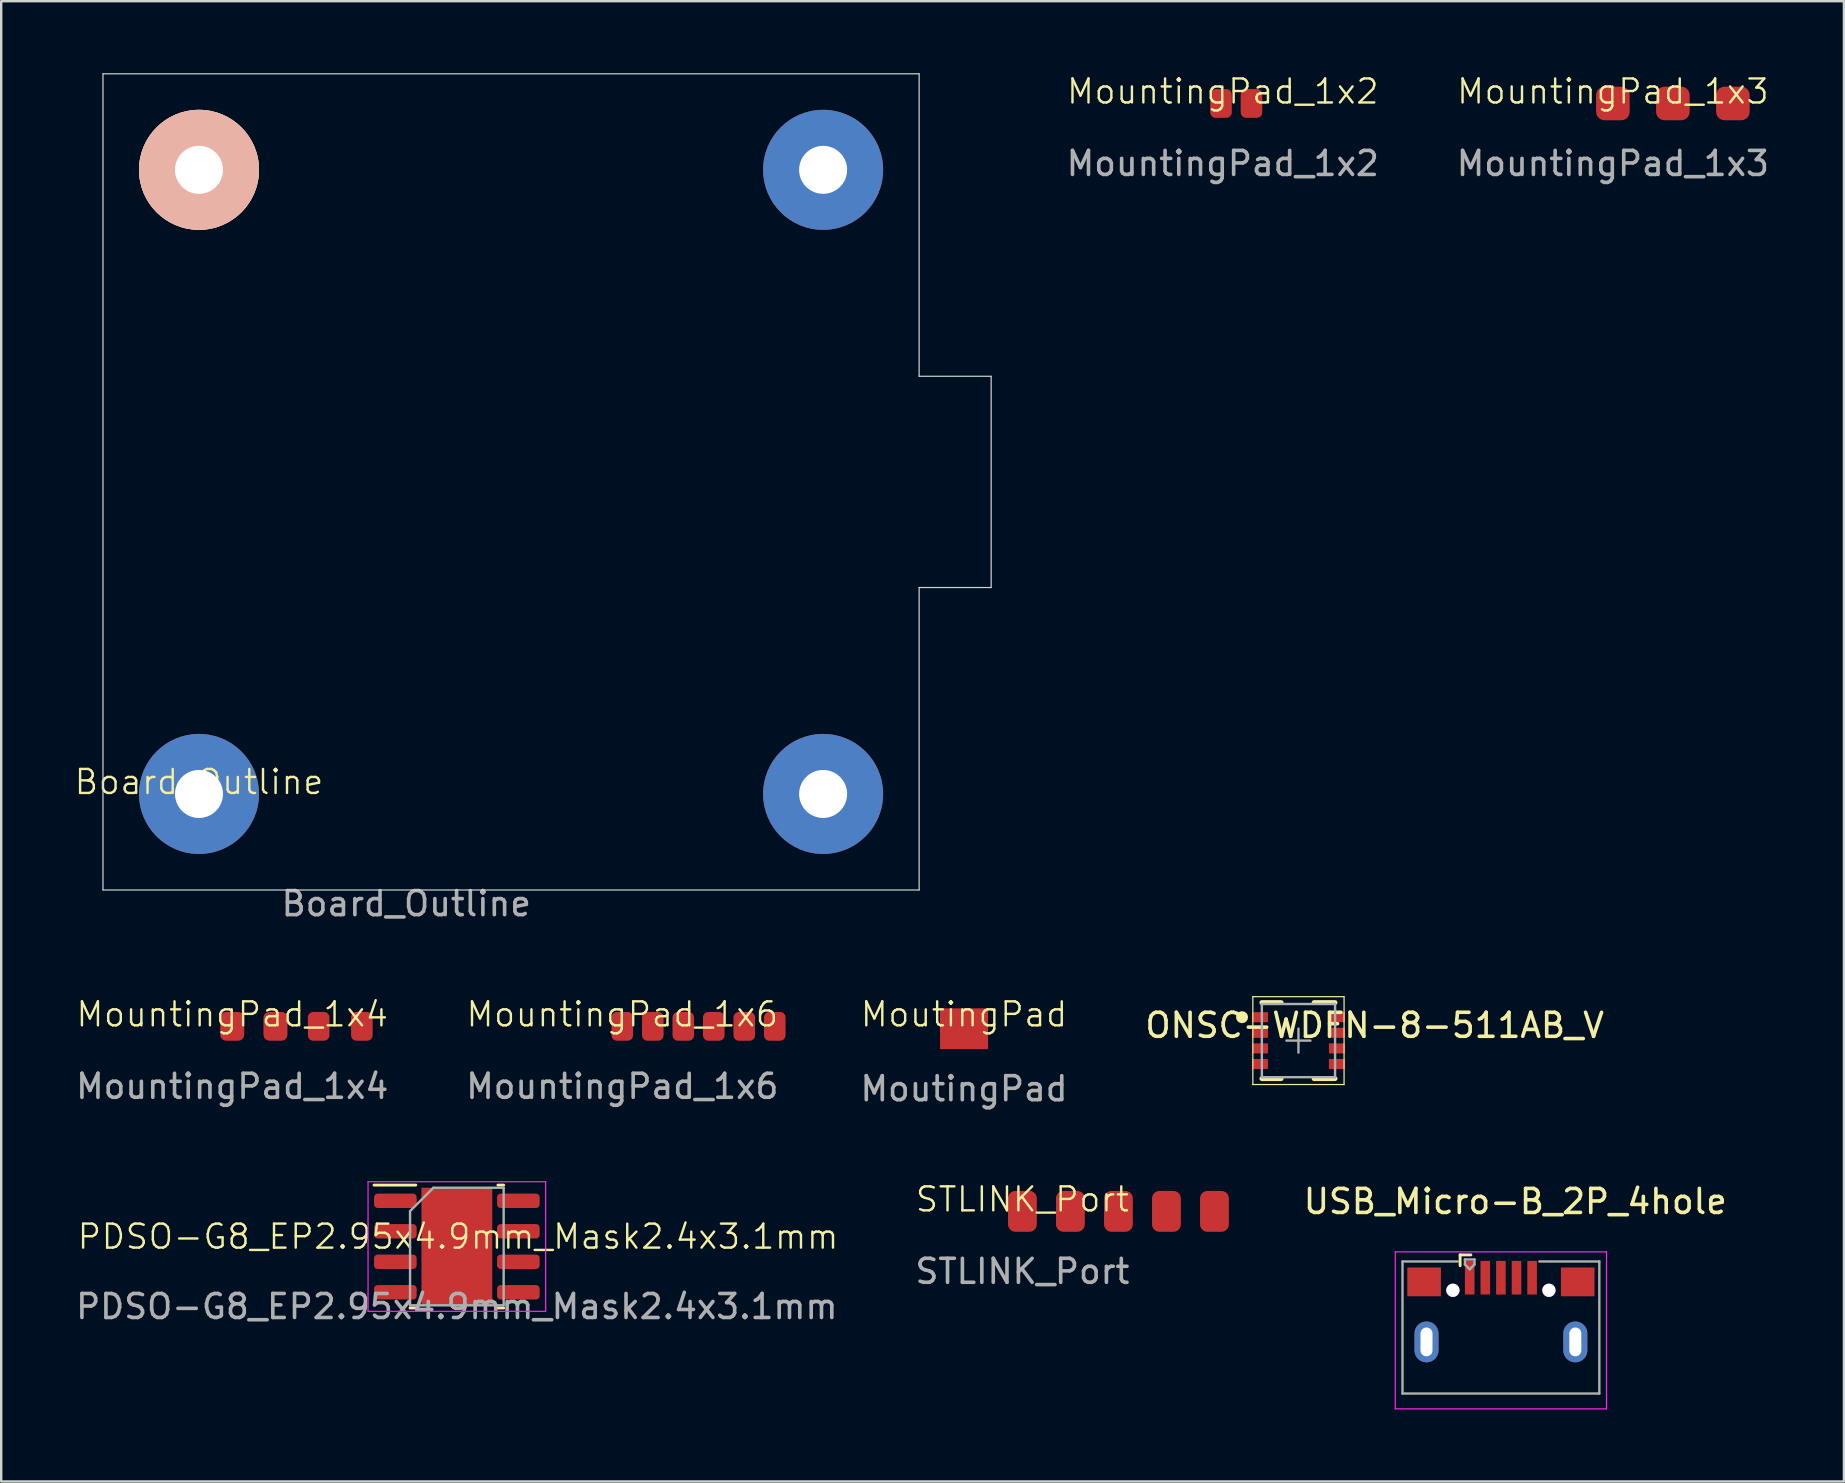
<source format=kicad_pcb>
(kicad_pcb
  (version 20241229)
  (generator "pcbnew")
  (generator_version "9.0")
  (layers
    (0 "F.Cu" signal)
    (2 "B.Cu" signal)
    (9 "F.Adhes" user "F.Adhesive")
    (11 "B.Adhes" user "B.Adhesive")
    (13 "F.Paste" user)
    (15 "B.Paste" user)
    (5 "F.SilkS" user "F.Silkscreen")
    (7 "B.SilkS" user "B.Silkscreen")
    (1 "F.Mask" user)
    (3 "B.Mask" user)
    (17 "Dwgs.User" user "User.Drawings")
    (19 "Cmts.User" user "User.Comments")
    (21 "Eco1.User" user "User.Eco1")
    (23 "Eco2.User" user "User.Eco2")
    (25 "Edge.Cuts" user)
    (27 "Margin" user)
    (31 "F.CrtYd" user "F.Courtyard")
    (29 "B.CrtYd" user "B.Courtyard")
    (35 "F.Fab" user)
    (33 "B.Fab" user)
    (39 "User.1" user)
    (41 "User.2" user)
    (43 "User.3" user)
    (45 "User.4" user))
  (footprint "STLINK_Port"
    (layer "F.Cu")
    (at 39.542 47.414)
    (property "Reference" "STLINK_Port" (at 0 -0.5 0) (unlocked yes) (layer "F.SilkS") (effects (font (size 1 1) (thickness 0.1))))
    (attr through_hole)
    (fp_text user "${REFERENCE}" (at 0 2.5 0) (unlocked yes) (layer "F.Fab") (effects (font (size 1 1) (thickness 0.15))))
    (pad "1" smd roundrect (at 0 0 90) (size 1.7 1.2) (layers "F.Cu" "F.Mask" "F.Paste") (roundrect_rratio 0.25))
    (pad "2" smd roundrect (at 2 0 90) (size 1.7 1.2) (layers "F.Cu" "F.Mask" "F.Paste") (roundrect_rratio 0.25))
    (pad "3" smd roundrect (at 4 0 90) (size 1.7 1.2) (layers "F.Cu" "F.Mask" "F.Paste") (roundrect_rratio 0.25))
    (pad "4" smd roundrect (at 6 0 90) (size 1.7 1.2) (layers "F.Cu" "F.Mask" "F.Paste") (roundrect_rratio 0.25))
    (pad "5" smd roundrect (at 8 0 90) (size 1.7 1.2) (layers "F.Cu" "F.Mask" "F.Paste") (roundrect_rratio 0.25)))
  (footprint "USB_Micro-B_2P_4hole"
    (layer "F.Cu")
    (at 59.476 55.002)
    (property "Reference" "USB_Micro-B_2P_4hole" (at 0.6 -8 0) (layer "F.SilkS") (effects (font (size 1 1) (thickness 0.15))))
    (attr smd)
    (fp_line (start -1.7 -5.775) (end -1.7 -5.325) (stroke (width 0.12) (type solid)) (layer "F.SilkS"))
    (fp_line (start -1.7 -5.775) (end -1.25 -5.775) (stroke (width 0.12) (type solid)) (layer "F.SilkS"))
    (fp_line (start -4.4 -5.9) (end 4.4 -5.9) (stroke (width 0.05) (type solid)) (layer "F.CrtYd"))
    (fp_line (start -4.4 0.64) (end -4.4 -5.9) (stroke (width 0.05) (type solid)) (layer "F.CrtYd"))
    (fp_line (start -4.4 0.64) (end 4.4 0.64) (stroke (width 0.05) (type solid)) (layer "F.CrtYd"))
    (fp_line (start 4.4 -5.9) (end 4.4 0.64) (stroke (width 0.05) (type solid)) (layer "F.CrtYd"))
    (fp_line (start -4.1 -5.5) (end -1.8 -5.5) (stroke (width 0.1) (type solid)) (layer "F.Fab"))
    (fp_line (start -4.1 0) (end -4.1 -5.5) (stroke (width 0.1) (type solid)) (layer "F.Fab"))
    (fp_line (start -4.1 0) (end 4.1 0) (stroke (width 0.1) (type solid)) (layer "F.Fab"))
    (fp_line (start -1.5 -5.585) (end -1.5 -5.375) (stroke (width 0.1) (type solid)) (layer "F.Fab"))
    (fp_line (start -1.5 -5.585) (end -1.1 -5.585) (stroke (width 0.1) (type solid)) (layer "F.Fab"))
    (fp_line (start -1.3 -5.175) (end -1.5 -5.375) (stroke (width 0.1) (type solid)) (layer "F.Fab"))
    (fp_line (start -1.1 -5.585) (end -1.1 -5.375) (stroke (width 0.1) (type solid)) (layer "F.Fab"))
    (fp_line (start -1.1 -5.375) (end -1.3 -5.175) (stroke (width 0.1) (type solid)) (layer "F.Fab"))
    (fp_line (start 1.6 -5.5) (end 4.1 -5.5) (stroke (width 0.1) (type solid)) (layer "F.Fab"))
    (fp_line (start 4.1 0) (end 4.1 -5.5) (stroke (width 0.1) (type solid)) (layer "F.Fab"))
    (pad "" thru_hole circle (at -2 -4.3) (size 0.55 0.55) (drill 0.55) (layers "*.Cu" "*.Mask"))
    (pad "" thru_hole circle (at 2 -4.3) (size 0.55 0.55) (drill 0.55) (layers "*.Cu" "*.Mask"))
    (pad "1" smd rect (at -1.3 -4.825) (size 0.4 1.4) (layers "F.Cu" "F.Mask" "F.Paste"))
    (pad "2" smd rect (at -0.65 -4.825) (size 0.4 1.4) (layers "F.Cu" "F.Mask" "F.Paste"))
    (pad "3" smd rect (at 0 -4.825) (size 0.4 1.4) (layers "F.Cu" "F.Mask" "F.Paste"))
    (pad "4" smd rect (at 0.65 -4.825) (size 0.4 1.4) (layers "F.Cu" "F.Mask" "F.Paste"))
    (pad "5" smd rect (at 1.3 -4.825) (size 0.4 1.4) (layers "F.Cu" "F.Mask" "F.Paste"))
    (pad "6" smd rect (at -3.2 -4.65) (size 1.4 1.2) (layers "F.Cu" "F.Mask"))
    (pad "6" thru_hole oval (at -3.1 -2.15 180) (size 1 1.7) (drill oval 0.5 1.2) (layers "*.Cu" "*.Mask"))
    (pad "6" thru_hole oval (at 3.1 -2.15 180) (size 1 1.7) (drill oval 0.5 1.2) (layers "*.Cu" "*.Mask"))
    (pad "6" smd rect (at 3.2 -4.65) (size 1.4 1.2) (layers "F.Cu" "F.Mask")))
  (footprint "MountingPad_1x2"
    (layer "F.Cu")
    (at 47.89 1.26)
    (property "Reference" "MountingPad_1x2" (at 0 -0.5 0) (unlocked yes) (layer "F.SilkS") (effects (font (size 1 1) (thickness 0.1))))
    (attr smd)
    (fp_text user "${REFERENCE}" (at 0 2.5 0) (unlocked yes) (layer "F.Fab") (effects (font (size 1 1) (thickness 0.15))))
    (pad "1" smd roundrect (at -0.075 0 90) (size 1.2 0.9) (layers "F.Cu" "F.Mask" "F.Paste") (roundrect_rratio 0.25))
    (pad "2" smd roundrect (at 1.195 0 90) (size 1.2 0.9) (layers "F.Cu" "F.Mask" "F.Paste") (roundrect_rratio 0.25)))
  (footprint "MountingPad_1x4"
    (layer "F.Cu")
    (at 6.625 39.706)
    (property "Reference" "MountingPad_1x4" (at 0 -0.5 0) (unlocked yes) (layer "F.SilkS") (effects (font (size 1 1) (thickness 0.1))))
    (attr smd)
    (fp_text user "${REFERENCE}" (at 0 2.5 0) (unlocked yes) (layer "F.Fab") (effects (font (size 1 1) (thickness 0.15))))
    (pad "1" smd roundrect (at 0 0 90) (size 1.2 1) (layers "F.Cu" "F.Mask" "F.Paste") (roundrect_rratio 0.25))
    (pad "2" smd roundrect (at 1.8 0 90) (size 1.2 1) (layers "F.Cu" "F.Mask" "F.Paste") (roundrect_rratio 0.25))
    (pad "3" smd roundrect (at 3.6 0 90) (size 1.2 0.9) (layers "F.Cu" "F.Mask" "F.Paste") (roundrect_rratio 0.25))
    (pad "4" smd roundrect (at 5.4 0 90) (size 1.2 0.9) (layers "F.Cu" "F.Mask" "F.Paste") (roundrect_rratio 0.25)))
  (footprint "ONSC-WDFN-8-511AB_V"
    (layer "F.Cu")
    (at 51.042 40.3)
    (property "Reference" "ONSC-WDFN-8-511AB_V" (at 3.175 -0.635 0) (layer "F.SilkS") (effects (font (size 1 1) (thickness 0.15))))
    (attr smd)
    (fp_line (start -1.9 -1.83) (end 1.9 -1.83) (stroke (width 0.05) (type solid)) (layer "F.SilkS"))
    (fp_line (start -1.9 1.83) (end -1.9 -1.83) (stroke (width 0.05) (type solid)) (layer "F.SilkS"))
    (fp_line (start -1.9 1.83) (end 1.9 1.83) (stroke (width 0.05) (type solid)) (layer "F.SilkS"))
    (fp_line (start -1.525 -1.585) (end -0.72 -1.585) (stroke (width 0.2) (type solid)) (layer "F.SilkS"))
    (fp_line (start -1.525 1.585) (end -0.72 1.585) (stroke (width 0.2) (type solid)) (layer "F.SilkS"))
    (fp_line (start 0.65 -1.585) (end 1.525 -1.585) (stroke (width 0.2) (type solid)) (layer "F.SilkS"))
    (fp_line (start 0.65 1.585) (end 1.525 1.585) (stroke (width 0.2) (type solid)) (layer "F.SilkS"))
    (fp_line (start 1.9 1.83) (end 1.9 -1.83) (stroke (width 0.05) (type solid)) (layer "F.SilkS"))
    (fp_circle (center -2.35 -0.975) (end -2.225 -0.975) (stroke (width 0.25) (type solid)) (fill no) (layer "F.SilkS"))
    (fp_line (start -1.525 -1.525) (end 1.525 -1.525) (stroke (width 0.1) (type solid)) (layer "F.Fab"))
    (fp_line (start -1.525 1.525) (end -1.525 -1.525) (stroke (width 0.1) (type solid)) (layer "F.Fab"))
    (fp_line (start -1.525 1.525) (end 1.525 1.525) (stroke (width 0.1) (type solid)) (layer "F.Fab"))
    (fp_line (start -0.5 0) (end 0.5 0) (stroke (width 0.1) (type solid)) (layer "F.Fab"))
    (fp_line (start 0 0.5) (end 0 -0.5) (stroke (width 0.1) (type solid)) (layer "F.Fab"))
    (fp_line (start 1.525 1.525) (end 1.525 -1.525) (stroke (width 0.1) (type solid)) (layer "F.Fab"))
    (pad "1" smd rect (at -1.6 -0.975 90) (size 0.42 0.66) (layers "F.Cu" "F.Mask" "F.Paste"))
    (pad "2" smd rect (at -1.6 -0.325 90) (size 0.42 0.66) (layers "F.Cu" "F.Mask" "F.Paste"))
    (pad "3" smd rect (at -1.6 0.325 90) (size 0.42 0.66) (layers "F.Cu" "F.Mask" "F.Paste"))
    (pad "4" smd rect (at -1.6 0.975 90) (size 0.42 0.66) (layers "F.Cu" "F.Mask" "F.Paste"))
    (pad "5" smd rect (at 1.6 0.975 90) (size 0.42 0.66) (layers "F.Cu" "F.Mask" "F.Paste"))
    (pad "6" smd rect (at 1.6 0.325 90) (size 0.42 0.66) (layers "F.Cu" "F.Mask" "F.Paste"))
    (pad "7" smd rect (at 1.6 -0.325 90) (size 0.42 0.66) (layers "F.Cu" "F.Mask" "F.Paste"))
    (pad "8" smd rect (at 1.6 -0.975 90) (size 0.42 0.66) (layers "F.Cu" "F.Mask" "F.Paste")))
  (footprint "MoutingPad"
    (layer "F.Cu")
    (at 37.11 39.806)
    (property "Reference" "MoutingPad" (at 0 -0.6 0) (unlocked yes) (layer "F.SilkS") (effects (font (size 1 1) (thickness 0.1))))
    (attr smd)
    (fp_text user "${REFERENCE}" (at 0 2.5 0) (unlocked yes) (layer "F.Fab") (effects (font (size 1 1) (thickness 0.15))))
    (pad "1" smd rect (at 0 0) (size 2 1.7) (layers "F.Cu" "F.Mask" "F.Paste")))
  (footprint "MountingPad_1x3"
    (layer "F.Cu")
    (at 64.14 1.26)
    (property "Reference" "MountingPad_1x3" (at 0 -0.5 0) (unlocked yes) (layer "F.SilkS") (effects (font (size 1 1) (thickness 0.1))))
    (attr smd)
    (fp_text user "${REFERENCE}" (at 0 2.5 0) (unlocked yes) (layer "F.Fab") (effects (font (size 1 1) (thickness 0.15))))
    (pad "1" smd roundrect (at 0 0 90) (size 1.4 1.4) (layers "F.Cu" "F.Mask" "F.Paste") (roundrect_rratio 0.25))
    (pad "2" smd roundrect (at 2.5 0 90) (size 1.4 1.4) (layers "F.Cu" "F.Mask" "F.Paste") (roundrect_rratio 0.25))
    (pad "3" smd roundrect (at 5 0 90) (size 1.4 1.4) (layers "F.Cu" "F.Mask" "F.Paste") (roundrect_rratio 0.25)))
  (footprint "MountingPad_1x6"
    (layer "F.Cu")
    (at 22.875 39.706)
    (property "Reference" "MountingPad_1x6" (at 0 -0.5 0) (unlocked yes) (layer "F.SilkS") (effects (font (size 1 1) (thickness 0.1))))
    (attr smd)
    (fp_text user "${REFERENCE}" (at 0 2.5 0) (unlocked yes) (layer "F.Fab") (effects (font (size 1 1) (thickness 0.15))))
    (pad "1" smd roundrect (at 0 0 90) (size 1.2 0.9) (layers "F.Cu" "F.Mask" "F.Paste") (roundrect_rratio 0.25))
    (pad "2" smd roundrect (at 1.27 0 90) (size 1.2 0.9) (layers "F.Cu" "F.Mask" "F.Paste") (roundrect_rratio 0.25))
    (pad "3" smd roundrect (at 2.54 0 90) (size 1.2 0.9) (layers "F.Cu" "F.Mask" "F.Paste") (roundrect_rratio 0.25))
    (pad "4" smd roundrect (at 3.81 0 90) (size 1.2 0.9) (layers "F.Cu" "F.Mask" "F.Paste") (roundrect_rratio 0.25))
    (pad "5" smd roundrect (at 5.08 0 90) (size 1.2 0.9) (layers "F.Cu" "F.Mask" "F.Paste") (roundrect_rratio 0.25))
    (pad "6" smd roundrect (at 6.35 0 90) (size 1.2 0.9) (layers "F.Cu" "F.Mask" "F.Paste") (roundrect_rratio 0.25)))
  (footprint "Board_Outline"
    (layer "F.Cu")
    (at 5.24 30.025)
    (property "Reference" "Board_Outline" (at 0 -0.5 0) (unlocked yes) (layer "F.SilkS") (effects (font (size 1 1) (thickness 0.1))))
    (fp_line (start -4 4) (end -4 -30) (stroke (width 0.05) (type default)) (layer "Edge.Cuts"))
    (fp_line (start 30 -30) (end -4 -30) (stroke (width 0.05) (type default)) (layer "Edge.Cuts"))
    (fp_line (start 30 -30) (end 30 -17.4) (stroke (width 0.05) (type default)) (layer "Edge.Cuts"))
    (fp_line (start 30 -17.4) (end 33 -17.4) (stroke (width 0.05) (type default)) (layer "Edge.Cuts"))
    (fp_line (start 30 -8.6) (end 30 4) (stroke (width 0.05) (type default)) (layer "Edge.Cuts"))
    (fp_line (start 30 -8.6) (end 33 -8.6) (stroke (width 0.05) (type default)) (layer "Edge.Cuts"))
    (fp_line (start 30 4) (end -4 4) (stroke (width 0.05) (type default)) (layer "Edge.Cuts"))
    (fp_line (start 33 -8.6) (end 33 -17.4) (stroke (width 0.05) (type default)) (layer "Edge.Cuts"))
    (fp_text user "${REFERENCE}" (at 8.636 4.572 0) (unlocked yes) (layer "F.Fab") (effects (font (size 1 1) (thickness 0.15))))
    (pad "" thru_hole circle (at 0 -26) (size 5 5) (drill 2) (layers "*.Cu" "*.SilkS"))
    (pad "1" thru_hole circle (at 0 0) (size 5 5) (drill 2) (layers "*.Cu" "*.Mask"))
    (pad "1" thru_hole circle (at 26 -26) (size 5 5) (drill 2) (layers "*.Cu" "*.Mask"))
    (pad "1" thru_hole circle (at 26 0) (size 5 5) (drill 2) (layers "*.Cu" "*.Mask")))
  (footprint "PDSO-G8_EP2.95x4.9mm_Mask2.4x3.1mm"
    (layer "F.Cu")
    (at 15.982 48.879)
    (property "Reference" "PDSO-G8_EP2.95x4.9mm_Mask2.4x3.1mm" (at 0.05 -0.412 0) (unlocked yes) (layer "F.SilkS") (effects (font (size 1 1) (thickness 0.1))))
    (attr smd)
    (fp_line (start -1.711 -2.56) (end -3.45 -2.56) (stroke (width 0.12) (type solid)) (layer "F.SilkS"))
    (fp_line (start -1.711 2.56) (end -1.95 2.56) (stroke (width 0.12) (type solid)) (layer "F.SilkS"))
    (fp_line (start 1.711 -2.56) (end 1.95 -2.56) (stroke (width 0.12) (type solid)) (layer "F.SilkS"))
    (fp_line (start 1.711 2.56) (end 1.95 2.56) (stroke (width 0.12) (type solid)) (layer "F.SilkS"))
    (fp_line (start -3.7 -2.7) (end -3.7 2.7) (stroke (width 0.05) (type solid)) (layer "F.CrtYd"))
    (fp_line (start -3.7 2.7) (end 3.7 2.7) (stroke (width 0.05) (type solid)) (layer "F.CrtYd"))
    (fp_line (start 3.7 -2.7) (end -3.7 -2.7) (stroke (width 0.05) (type solid)) (layer "F.CrtYd"))
    (fp_line (start 3.7 2.7) (end 3.7 -2.7) (stroke (width 0.05) (type solid)) (layer "F.CrtYd"))
    (fp_line (start -1.95 -1.475) (end -0.975 -2.45) (stroke (width 0.1) (type solid)) (layer "F.Fab"))
    (fp_line (start -1.95 2.45) (end -1.95 -1.475) (stroke (width 0.1) (type solid)) (layer "F.Fab"))
    (fp_line (start -0.975 -2.45) (end 1.95 -2.45) (stroke (width 0.1) (type solid)) (layer "F.Fab"))
    (fp_line (start 1.95 -2.45) (end 1.95 2.45) (stroke (width 0.1) (type solid)) (layer "F.Fab"))
    (fp_line (start 1.95 2.45) (end -1.95 2.45) (stroke (width 0.1) (type solid)) (layer "F.Fab"))
    (fp_text user "${REFERENCE}" (at 0 2.5 0) (unlocked yes) (layer "F.Fab") (effects (font (size 1 1) (thickness 0.15))))
    (pad "" smd roundrect (at -0.6 -1.03) (size 0.97 0.83) (layers "F.Paste") (roundrect_rratio 0.25))
    (pad "" smd roundrect (at -0.6 0) (size 0.97 0.83) (layers "F.Paste") (roundrect_rratio 0.25))
    (pad "" smd roundrect (at -0.6 1.03) (size 0.97 0.83) (layers "F.Paste") (roundrect_rratio 0.25))
    (pad "" smd rect (at 0 0) (size 2.4 3.1) (layers "F.Mask"))
    (pad "" smd roundrect (at 0.6 -1.03) (size 0.97 0.83) (layers "F.Paste") (roundrect_rratio 0.25))
    (pad "" smd roundrect (at 0.6 0) (size 0.97 0.83) (layers "F.Paste") (roundrect_rratio 0.25))
    (pad "" smd roundrect (at 0.6 1.03) (size 0.97 0.83) (layers "F.Paste") (roundrect_rratio 0.25))
    (pad "1" smd roundrect (at -2.562 -1.905) (size 1.775 0.6) (layers "F.Cu" "F.Mask" "F.Paste") (roundrect_rratio 0.25))
    (pad "2" smd roundrect (at -2.562 -0.635) (size 1.775 0.6) (layers "F.Cu" "F.Mask" "F.Paste") (roundrect_rratio 0.25))
    (pad "3" smd roundrect (at -2.562 0.635) (size 1.775 0.6) (layers "F.Cu" "F.Mask" "F.Paste") (roundrect_rratio 0.25))
    (pad "4" smd roundrect (at -2.562 1.905) (size 1.775 0.6) (layers "F.Cu" "F.Mask" "F.Paste") (roundrect_rratio 0.25))
    (pad "5" smd roundrect (at 2.562 1.905) (size 1.775 0.6) (layers "F.Cu" "F.Mask" "F.Paste") (roundrect_rratio 0.25))
    (pad "6" smd roundrect (at 2.562 0.635) (size 1.775 0.6) (layers "F.Cu" "F.Mask" "F.Paste") (roundrect_rratio 0.25))
    (pad "7" smd roundrect (at 2.562 -0.635) (size 1.775 0.6) (layers "F.Cu" "F.Mask" "F.Paste") (roundrect_rratio 0.25))
    (pad "8" smd roundrect (at 2.562 -1.905) (size 1.775 0.6) (layers "F.Cu" "F.Mask" "F.Paste") (roundrect_rratio 0.25))
    (pad "9" smd rect (at 0 0) (size 2.95 4.9) (layers "F.Cu")))
  (gr_rect
    (start -3 -3)
    (end 73.765 58.667)
    (stroke (width 0.1) (type default))
    (fill no)
    (layer "Edge.Cuts")))
</source>
